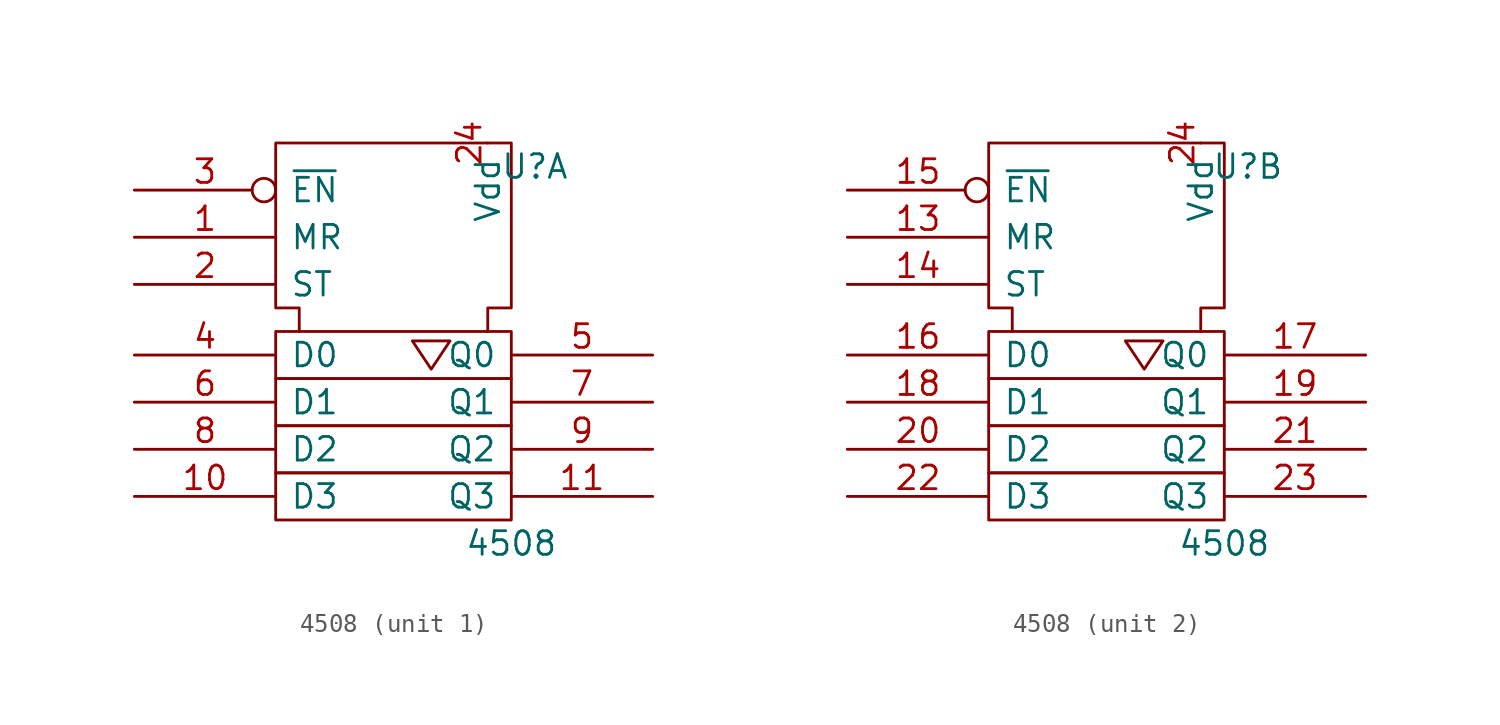
<source format=kicad_sym>
(kicad_symbol_lib
  (version 20211014)
  (generator kicad_symbol_editor)
  (symbol "4508"
    (pin_names
      (offset 0.762))
    (property "Reference" "U"
      (at 7.62 8.89 0)
      (effects (font (size 1.27 1.27))))
    (property "Value" "4508"
      (at 6.35 -11.43 0)
      (effects (font (size 1.27 1.27))))
    (symbol "4508_0_1"
      (rectangle (start -6.35 -7.62) (end 6.35 -10.16) (stroke (width 0) (type default) (color 0 0 0 0)) (fill (type none)))
      (rectangle (start -6.35 -5.08) (end 6.35 -7.62) (stroke (width 0) (type default) (color 0 0 0 0)) (fill (type none)))
      (rectangle (start -6.35 -2.54) (end 6.35 -5.08) (stroke (width 0) (type default) (color 0 0 0 0)) (fill (type none)))
      (rectangle (start -6.35 0) (end 6.35 -2.54) (stroke (width 0) (type default) (color 0 0 0 0)) (fill (type none)))
      (polyline (pts (xy 1.016 -0.508) (xy 2.032 -2.032) (xy 3.048 -0.508) (xy 1.016 -0.508) (xy 1.016 -0.508)) (stroke (width 0) (type default) (color 0 0 0 0)) (fill (type none)))
      (polyline (pts (xy -5.08 0) (xy -5.08 1.27) (xy -6.35 1.27) (xy -6.35 10.16) (xy 6.35 10.16) (xy 6.35 1.27) (xy 5.08 1.27) (xy 5.08 0) (xy 5.08 0)) (stroke (width 0) (type default) (color 0 0 0 0)) (fill (type none)))
      (pin power_in line (at 1.27 10.16 270) (length 0) hide (name "Vss" (effects (font (size 1.27 1.27)))) (number "12" (effects (font (size 1.27 1.27)))))
      (pin power_in line (at 5.08 10.16 270) (length 0) (name "Vdd" (effects (font (size 1.27 1.27)))) (number "24" (effects (font (size 1.27 1.27))))))
    (symbol "4508_1_1"
      (pin input line (at -13.97 5.08 0) (length 7.62) (name "MR" (effects (font (size 1.27 1.27)))) (number "1" (effects (font (size 1.27 1.27)))))
      (pin input line (at -13.97 -8.89 0) (length 7.62) (name "D3" (effects (font (size 1.27 1.27)))) (number "10" (effects (font (size 1.27 1.27)))))
      (pin output line (at 13.97 -8.89 180) (length 7.62) (name "Q3" (effects (font (size 1.27 1.27)))) (number "11" (effects (font (size 1.27 1.27)))))
      (pin input line (at -13.97 2.54 0) (length 7.62) (name "ST" (effects (font (size 1.27 1.27)))) (number "2" (effects (font (size 1.27 1.27)))))
      (pin input line (at -13.97 -1.27 0) (length 7.62) (name "D0" (effects (font (size 1.27 1.27)))) (number "4" (effects (font (size 1.27 1.27)))))
      (pin output line (at 13.97 -1.27 180) (length 7.62) (name "Q0" (effects (font (size 1.27 1.27)))) (number "5" (effects (font (size 1.27 1.27)))))
      (pin input line (at -13.97 -3.81 0) (length 7.62) (name "D1" (effects (font (size 1.27 1.27)))) (number "6" (effects (font (size 1.27 1.27)))))
      (pin input inverted (at -13.97 7.62 0) (length 7.62) (name "~{EN}" (effects (font (size 1.27 1.27)))) (number "3" (effects (font (size 1.27 1.27)))))
      (pin output line (at 13.97 -3.81 180) (length 7.62) (name "Q1" (effects (font (size 1.27 1.27)))) (number "7" (effects (font (size 1.27 1.27)))))
      (pin input line (at -13.97 -6.35 0) (length 7.62) (name "D2" (effects (font (size 1.27 1.27)))) (number "8" (effects (font (size 1.27 1.27)))))
      (pin output line (at 13.97 -6.35 180) (length 7.62) (name "Q2" (effects (font (size 1.27 1.27)))) (number "9" (effects (font (size 1.27 1.27))))))
    (symbol "4508_2_1"
      (pin input line (at -13.97 5.08 0) (length 7.62) (name "MR" (effects (font (size 1.27 1.27)))) (number "13" (effects (font (size 1.27 1.27)))))
      (pin input line (at -13.97 2.54 0) (length 7.62) (name "ST" (effects (font (size 1.27 1.27)))) (number "14" (effects (font (size 1.27 1.27)))))
      (pin input inverted (at -13.97 7.62 0) (length 7.62) (name "~{EN}" (effects (font (size 1.27 1.27)))) (number "15" (effects (font (size 1.27 1.27)))))
      (pin input line (at -13.97 -1.27 0) (length 7.62) (name "D0" (effects (font (size 1.27 1.27)))) (number "16" (effects (font (size 1.27 1.27)))))
      (pin output line (at 13.97 -1.27 180) (length 7.62) (name "Q0" (effects (font (size 1.27 1.27)))) (number "17" (effects (font (size 1.27 1.27)))))
      (pin input line (at -13.97 -3.81 0) (length 7.62) (name "D1" (effects (font (size 1.27 1.27)))) (number "18" (effects (font (size 1.27 1.27)))))
      (pin output line (at 13.97 -3.81 180) (length 7.62) (name "Q1" (effects (font (size 1.27 1.27)))) (number "19" (effects (font (size 1.27 1.27)))))
      (pin input line (at -13.97 -6.35 0) (length 7.62) (name "D2" (effects (font (size 1.27 1.27)))) (number "20" (effects (font (size 1.27 1.27)))))
      (pin output line (at 13.97 -6.35 180) (length 7.62) (name "Q2" (effects (font (size 1.27 1.27)))) (number "21" (effects (font (size 1.27 1.27)))))
      (pin input line (at -13.97 -8.89 0) (length 7.62) (name "D3" (effects (font (size 1.27 1.27)))) (number "22" (effects (font (size 1.27 1.27)))))
      (pin output line (at 13.97 -8.89 180) (length 7.62) (name "Q3" (effects (font (size 1.27 1.27)))) (number "23" (effects (font (size 1.27 1.27))))))))
</source>
